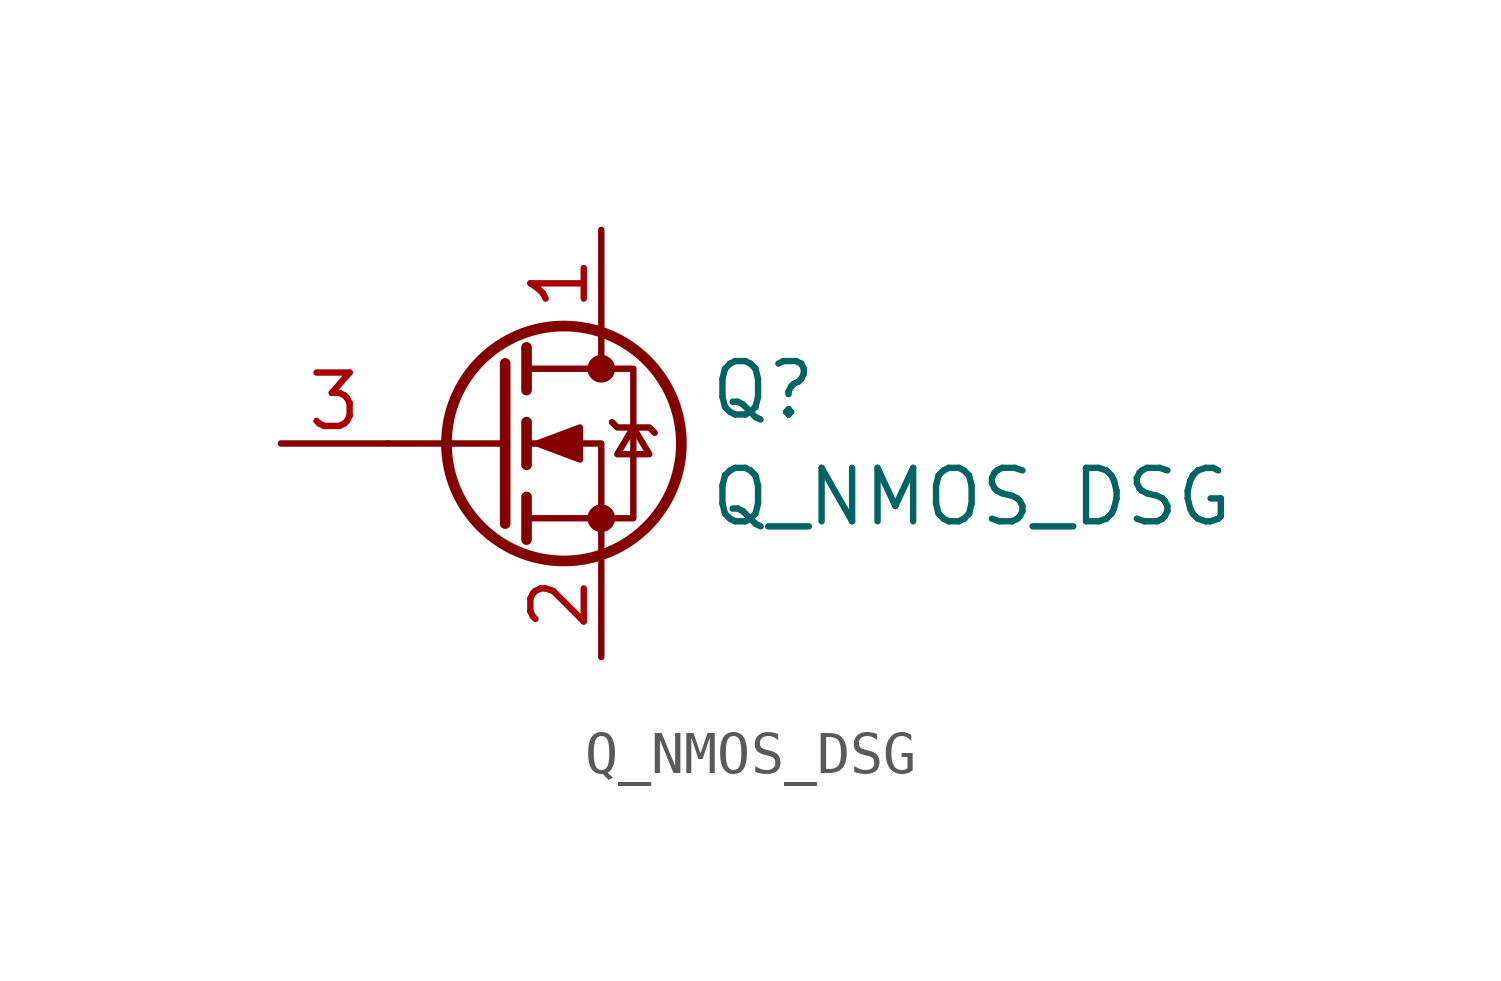
<source format=kicad_sym>
(kicad_symbol_lib
  (version 20220914)
  (generator kicad_symbol_editor)
  (symbol "Q_NMOS_DSG"
    (pin_names
      (offset 0) hide)
    (property "Reference" "Q"
      (at 5.08 1.27 0)
      (effects (font (size 1.27 1.27)) (justify left)))
    (property "Value" "Q_NMOS_DSG"
      (at 5.08 -1.27 0)
      (effects (font (size 1.27 1.27)) (justify left)))
    (symbol "Q_NMOS_DSG_0_1"
      (polyline (pts (xy 0.254 0) (xy -2.54 0)) (stroke (width 0) (type default)) (fill (type none)))
      (polyline (pts (xy 0.254 1.905) (xy 0.254 -1.905)) (stroke (width 0.254) (type default)) (fill (type none)))
      (polyline (pts (xy 0.762 -1.27) (xy 0.762 -2.286)) (stroke (width 0.254) (type default)) (fill (type none)))
      (polyline (pts (xy 0.762 0.508) (xy 0.762 -0.508)) (stroke (width 0.254) (type default)) (fill (type none)))
      (polyline (pts (xy 0.762 2.286) (xy 0.762 1.27)) (stroke (width 0.254) (type default)) (fill (type none)))
      (polyline (pts (xy 2.54 2.54) (xy 2.54 1.778)) (stroke (width 0) (type default)) (fill (type none)))
      (polyline (pts (xy 2.54 -2.54) (xy 2.54 0) (xy 0.762 0)) (stroke (width 0) (type default)) (fill (type none)))
      (polyline (pts (xy 0.762 -1.778) (xy 3.302 -1.778) (xy 3.302 1.778) (xy 0.762 1.778)) (stroke (width 0) (type default)) (fill (type none)))
      (polyline (pts (xy 1.016 0) (xy 2.032 0.381) (xy 2.032 -0.381) (xy 1.016 0)) (stroke (width 0) (type default)) (fill (type outline)))
      (polyline (pts (xy 2.794 0.508) (xy 2.921 0.381) (xy 3.683 0.381) (xy 3.81 0.254)) (stroke (width 0) (type default)) (fill (type none)))
      (polyline (pts (xy 3.302 0.381) (xy 2.921 -0.254) (xy 3.683 -0.254) (xy 3.302 0.381)) (stroke (width 0) (type default)) (fill (type none)))
      (circle (center 1.651 0) (radius 2.794) (stroke (width 0.254) (type default)) (fill (type none)))
      (circle (center 2.54 -1.778) (radius 0.254) (stroke (width 0) (type default)) (fill (type outline)))
      (circle (center 2.54 1.778) (radius 0.254) (stroke (width 0) (type default)) (fill (type outline))))
    (symbol "Q_NMOS_DSG_1_1"
      (pin passive line (at 2.54 5.08 270) (length 2.54) (name "D" (effects (font (size 1.27 1.27)))) (number "1" (effects (font (size 1.27 1.27)))))
      (pin passive line (at 2.54 -5.08 90) (length 2.54) (name "S" (effects (font (size 1.27 1.27)))) (number "2" (effects (font (size 1.27 1.27)))))
      (pin passive line (at -5.08 0 0) (length 2.54) (name "G" (effects (font (size 1.27 1.27)))) (number "3" (effects (font (size 1.27 1.27)))))
      (pin passive line (at -5.08 0 0) (length 2.54) hide (name "G" (effects (font (size 1.27 1.27)))) (number "4" (effects (font (size 1.27 1.27)))))
      (pin passive line (at -5.08 0 0) (length 2.54) hide (name "G" (effects (font (size 1.27 1.27)))) (number "5" (effects (font (size 1.27 1.27)))))
      (pin passive line (at -5.08 0 0) (length 2.54) hide (name "G" (effects (font (size 1.27 1.27)))) (number "6" (effects (font (size 1.27 1.27))))))))
</source>
